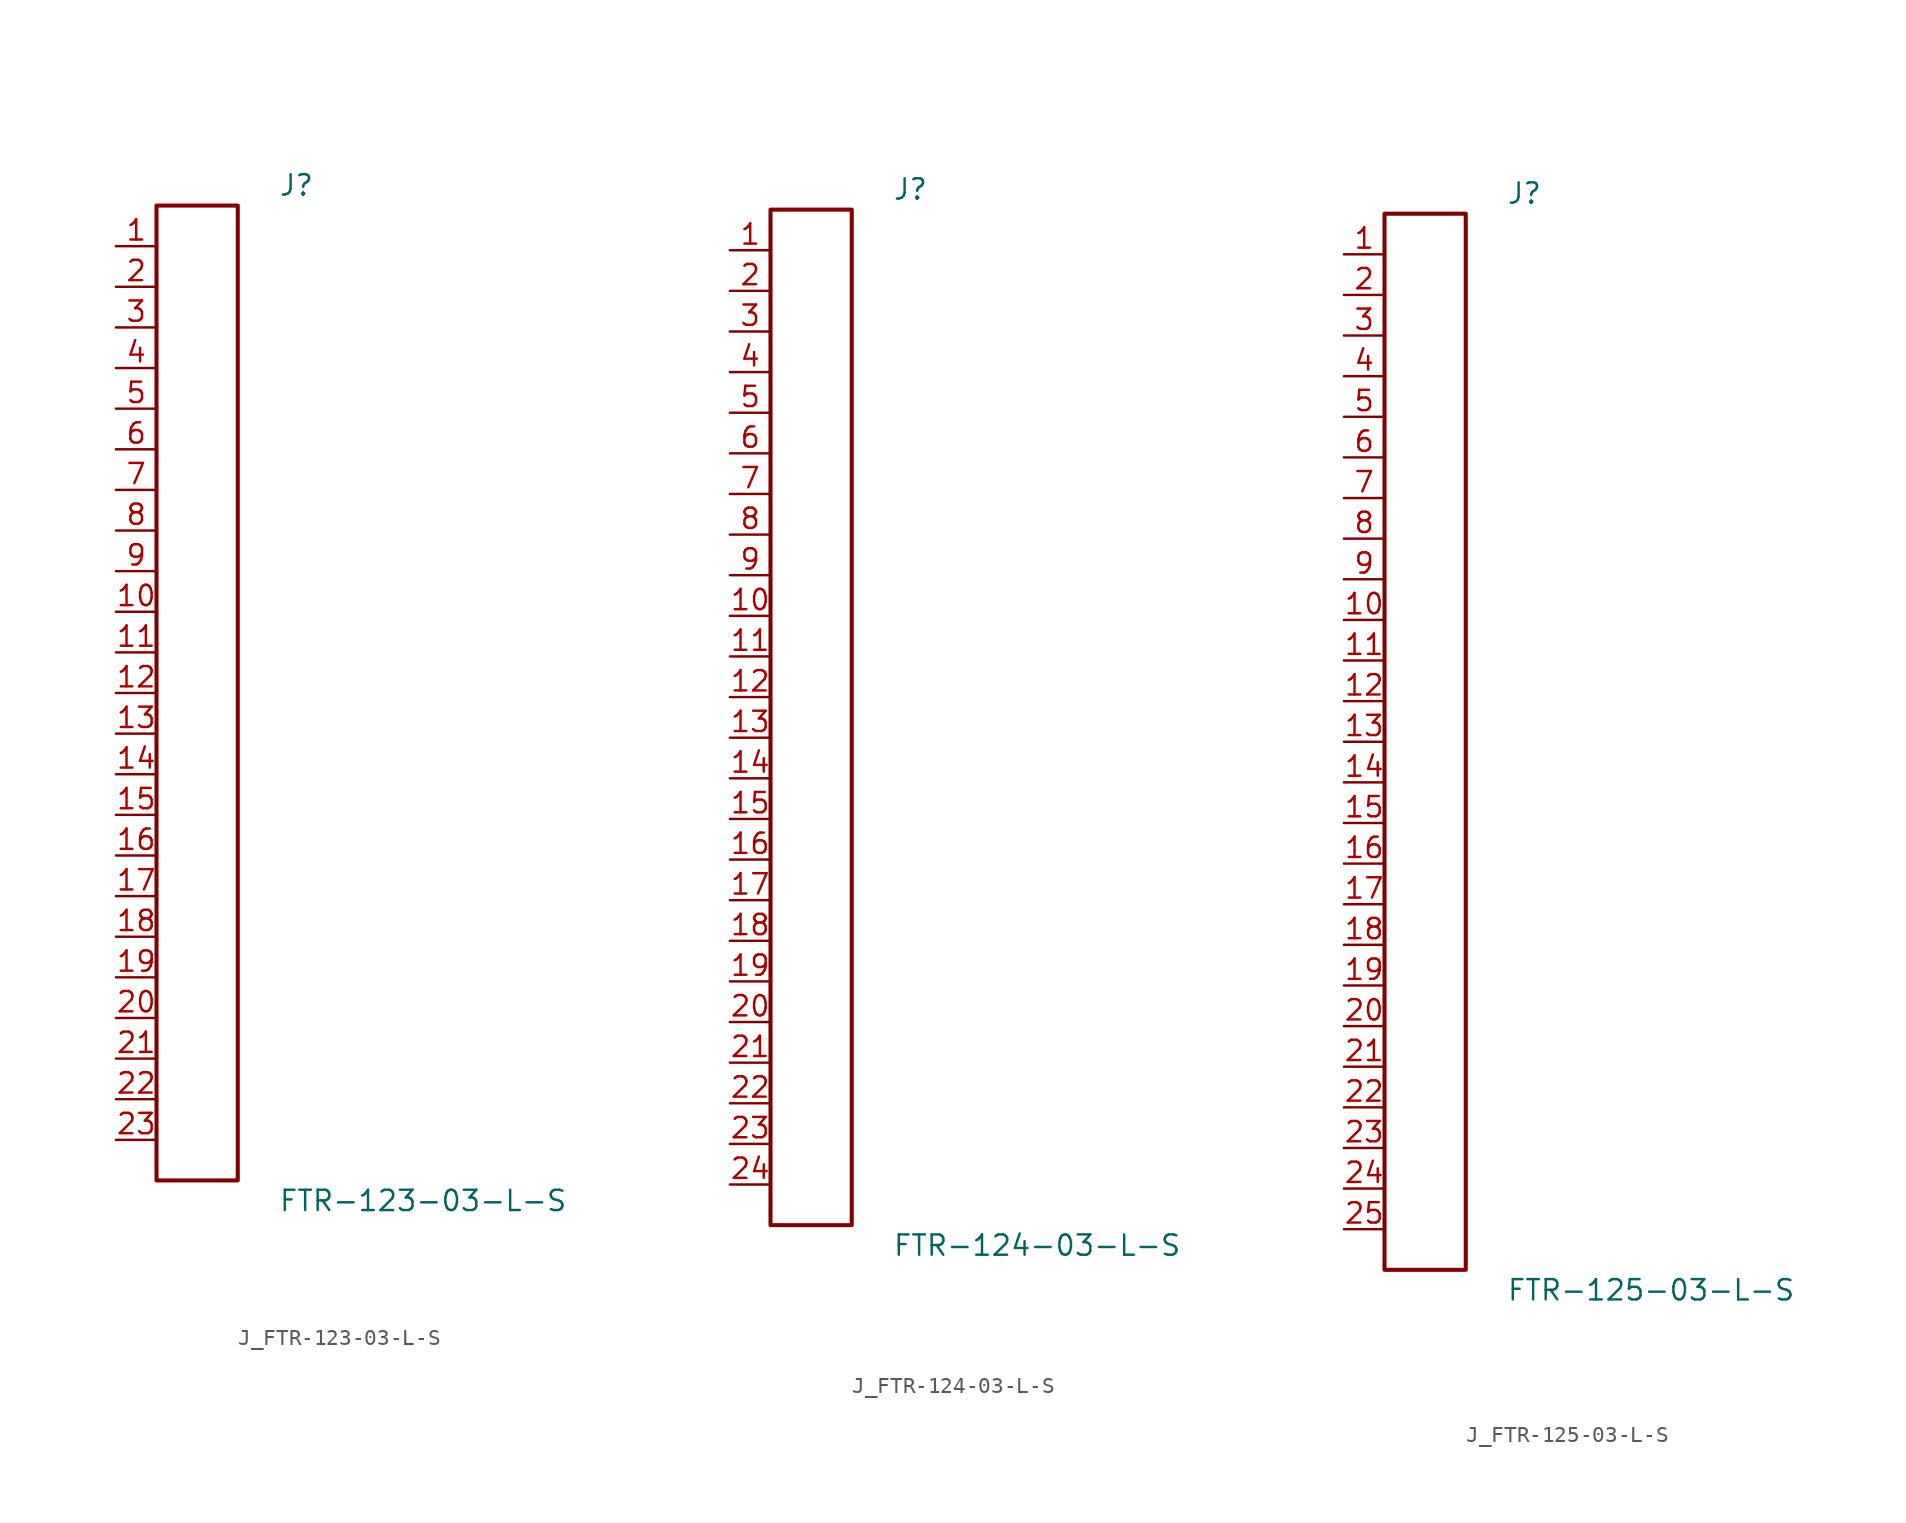
<source format=kicad_sym>
(kicad_symbol_lib
  (version 20231120)
  (generator kicad_symbol_editor)
  (generator_version 8.0)
  (symbol "J_FTR-123-03-L-S"
    (pin_names
      (offset 0.254))
    (property "Reference" "J"
      (at 5.08 31.75 0)
      (effects (font (size 1.27 1.27)) (justify left)))
    (property "Value" "FTR-123-03-L-S"
      (at 5.08 -31.75 0)
      (effects (font (size 1.27 1.27)) (justify left)))
    (symbol "J_FTR-123-03-L-S_0_0"
      (pin unspecified line (at -5.08 27.94 0) (length 2.54) (name "" (effects (font (size 1.27 1.27)))) (number "1" (effects (font (size 1.27 1.27)))))
      (pin unspecified line (at -5.08 25.4 0) (length 2.54) (name "" (effects (font (size 1.27 1.27)))) (number "2" (effects (font (size 1.27 1.27)))))
      (pin unspecified line (at -5.08 22.86 0) (length 2.54) (name "" (effects (font (size 1.27 1.27)))) (number "3" (effects (font (size 1.27 1.27)))))
      (pin unspecified line (at -5.08 20.32 0) (length 2.54) (name "" (effects (font (size 1.27 1.27)))) (number "4" (effects (font (size 1.27 1.27)))))
      (pin unspecified line (at -5.08 17.78 0) (length 2.54) (name "" (effects (font (size 1.27 1.27)))) (number "5" (effects (font (size 1.27 1.27)))))
      (pin unspecified line (at -5.08 15.24 0) (length 2.54) (name "" (effects (font (size 1.27 1.27)))) (number "6" (effects (font (size 1.27 1.27)))))
      (pin unspecified line (at -5.08 12.7 0) (length 2.54) (name "" (effects (font (size 1.27 1.27)))) (number "7" (effects (font (size 1.27 1.27)))))
      (pin unspecified line (at -5.08 10.16 0) (length 2.54) (name "" (effects (font (size 1.27 1.27)))) (number "8" (effects (font (size 1.27 1.27)))))
      (pin unspecified line (at -5.08 7.62 0) (length 2.54) (name "" (effects (font (size 1.27 1.27)))) (number "9" (effects (font (size 1.27 1.27)))))
      (pin unspecified line (at -5.08 5.08 0) (length 2.54) (name "" (effects (font (size 1.27 1.27)))) (number "10" (effects (font (size 1.27 1.27)))))
      (pin unspecified line (at -5.08 2.54 0) (length 2.54) (name "" (effects (font (size 1.27 1.27)))) (number "11" (effects (font (size 1.27 1.27)))))
      (pin unspecified line (at -5.08 0.0 0) (length 2.54) (name "" (effects (font (size 1.27 1.27)))) (number "12" (effects (font (size 1.27 1.27)))))
      (pin unspecified line (at -5.08 -2.54 0) (length 2.54) (name "" (effects (font (size 1.27 1.27)))) (number "13" (effects (font (size 1.27 1.27)))))
      (pin unspecified line (at -5.08 -5.08 0) (length 2.54) (name "" (effects (font (size 1.27 1.27)))) (number "14" (effects (font (size 1.27 1.27)))))
      (pin unspecified line (at -5.08 -7.62 0) (length 2.54) (name "" (effects (font (size 1.27 1.27)))) (number "15" (effects (font (size 1.27 1.27)))))
      (pin unspecified line (at -5.08 -10.16 0) (length 2.54) (name "" (effects (font (size 1.27 1.27)))) (number "16" (effects (font (size 1.27 1.27)))))
      (pin unspecified line (at -5.08 -12.7 0) (length 2.54) (name "" (effects (font (size 1.27 1.27)))) (number "17" (effects (font (size 1.27 1.27)))))
      (pin unspecified line (at -5.08 -15.24 0) (length 2.54) (name "" (effects (font (size 1.27 1.27)))) (number "18" (effects (font (size 1.27 1.27)))))
      (pin unspecified line (at -5.08 -17.78 0) (length 2.54) (name "" (effects (font (size 1.27 1.27)))) (number "19" (effects (font (size 1.27 1.27)))))
      (pin unspecified line (at -5.08 -20.32 0) (length 2.54) (name "" (effects (font (size 1.27 1.27)))) (number "20" (effects (font (size 1.27 1.27)))))
      (pin unspecified line (at -5.08 -22.86 0) (length 2.54) (name "" (effects (font (size 1.27 1.27)))) (number "21" (effects (font (size 1.27 1.27)))))
      (pin unspecified line (at -5.08 -25.4 0) (length 2.54) (name "" (effects (font (size 1.27 1.27)))) (number "22" (effects (font (size 1.27 1.27)))))
      (pin unspecified line (at -5.08 -27.94 0) (length 2.54) (name "" (effects (font (size 1.27 1.27)))) (number "23" (effects (font (size 1.27 1.27))))))
    (symbol "J_FTR-123-03-L-S_1_0"
      (rectangle (start -2.54 30.48) (end 2.54 -30.48) (stroke (width 0.254) (type solid)) (fill (type none)))))
  (symbol "J_FTR-124-03-L-S"
    (pin_names
      (offset 0.254))
    (property "Reference" "J"
      (at 5.08 33.02 0)
      (effects (font (size 1.27 1.27)) (justify left)))
    (property "Value" "FTR-124-03-L-S"
      (at 5.08 -33.02 0)
      (effects (font (size 1.27 1.27)) (justify left)))
    (symbol "J_FTR-124-03-L-S_0_0"
      (pin unspecified line (at -5.08 29.21 0) (length 2.54) (name "" (effects (font (size 1.27 1.27)))) (number "1" (effects (font (size 1.27 1.27)))))
      (pin unspecified line (at -5.08 26.67 0) (length 2.54) (name "" (effects (font (size 1.27 1.27)))) (number "2" (effects (font (size 1.27 1.27)))))
      (pin unspecified line (at -5.08 24.13 0) (length 2.54) (name "" (effects (font (size 1.27 1.27)))) (number "3" (effects (font (size 1.27 1.27)))))
      (pin unspecified line (at -5.08 21.59 0) (length 2.54) (name "" (effects (font (size 1.27 1.27)))) (number "4" (effects (font (size 1.27 1.27)))))
      (pin unspecified line (at -5.08 19.05 0) (length 2.54) (name "" (effects (font (size 1.27 1.27)))) (number "5" (effects (font (size 1.27 1.27)))))
      (pin unspecified line (at -5.08 16.51 0) (length 2.54) (name "" (effects (font (size 1.27 1.27)))) (number "6" (effects (font (size 1.27 1.27)))))
      (pin unspecified line (at -5.08 13.97 0) (length 2.54) (name "" (effects (font (size 1.27 1.27)))) (number "7" (effects (font (size 1.27 1.27)))))
      (pin unspecified line (at -5.08 11.43 0) (length 2.54) (name "" (effects (font (size 1.27 1.27)))) (number "8" (effects (font (size 1.27 1.27)))))
      (pin unspecified line (at -5.08 8.89 0) (length 2.54) (name "" (effects (font (size 1.27 1.27)))) (number "9" (effects (font (size 1.27 1.27)))))
      (pin unspecified line (at -5.08 6.35 0) (length 2.54) (name "" (effects (font (size 1.27 1.27)))) (number "10" (effects (font (size 1.27 1.27)))))
      (pin unspecified line (at -5.08 3.81 0) (length 2.54) (name "" (effects (font (size 1.27 1.27)))) (number "11" (effects (font (size 1.27 1.27)))))
      (pin unspecified line (at -5.08 1.27 0) (length 2.54) (name "" (effects (font (size 1.27 1.27)))) (number "12" (effects (font (size 1.27 1.27)))))
      (pin unspecified line (at -5.08 -1.27 0) (length 2.54) (name "" (effects (font (size 1.27 1.27)))) (number "13" (effects (font (size 1.27 1.27)))))
      (pin unspecified line (at -5.08 -3.81 0) (length 2.54) (name "" (effects (font (size 1.27 1.27)))) (number "14" (effects (font (size 1.27 1.27)))))
      (pin unspecified line (at -5.08 -6.35 0) (length 2.54) (name "" (effects (font (size 1.27 1.27)))) (number "15" (effects (font (size 1.27 1.27)))))
      (pin unspecified line (at -5.08 -8.89 0) (length 2.54) (name "" (effects (font (size 1.27 1.27)))) (number "16" (effects (font (size 1.27 1.27)))))
      (pin unspecified line (at -5.08 -11.43 0) (length 2.54) (name "" (effects (font (size 1.27 1.27)))) (number "17" (effects (font (size 1.27 1.27)))))
      (pin unspecified line (at -5.08 -13.97 0) (length 2.54) (name "" (effects (font (size 1.27 1.27)))) (number "18" (effects (font (size 1.27 1.27)))))
      (pin unspecified line (at -5.08 -16.51 0) (length 2.54) (name "" (effects (font (size 1.27 1.27)))) (number "19" (effects (font (size 1.27 1.27)))))
      (pin unspecified line (at -5.08 -19.05 0) (length 2.54) (name "" (effects (font (size 1.27 1.27)))) (number "20" (effects (font (size 1.27 1.27)))))
      (pin unspecified line (at -5.08 -21.59 0) (length 2.54) (name "" (effects (font (size 1.27 1.27)))) (number "21" (effects (font (size 1.27 1.27)))))
      (pin unspecified line (at -5.08 -24.13 0) (length 2.54) (name "" (effects (font (size 1.27 1.27)))) (number "22" (effects (font (size 1.27 1.27)))))
      (pin unspecified line (at -5.08 -26.67 0) (length 2.54) (name "" (effects (font (size 1.27 1.27)))) (number "23" (effects (font (size 1.27 1.27)))))
      (pin unspecified line (at -5.08 -29.21 0) (length 2.54) (name "" (effects (font (size 1.27 1.27)))) (number "24" (effects (font (size 1.27 1.27))))))
    (symbol "J_FTR-124-03-L-S_1_0"
      (rectangle (start -2.54 31.75) (end 2.54 -31.75) (stroke (width 0.254) (type solid)) (fill (type none)))))
  (symbol "J_FTR-125-03-L-S"
    (pin_names
      (offset 0.254))
    (property "Reference" "J"
      (at 5.08 34.29 0)
      (effects (font (size 1.27 1.27)) (justify left)))
    (property "Value" "FTR-125-03-L-S"
      (at 5.08 -34.29 0)
      (effects (font (size 1.27 1.27)) (justify left)))
    (symbol "J_FTR-125-03-L-S_0_0"
      (pin unspecified line (at -5.08 30.48 0) (length 2.54) (name "" (effects (font (size 1.27 1.27)))) (number "1" (effects (font (size 1.27 1.27)))))
      (pin unspecified line (at -5.08 27.94 0) (length 2.54) (name "" (effects (font (size 1.27 1.27)))) (number "2" (effects (font (size 1.27 1.27)))))
      (pin unspecified line (at -5.08 25.4 0) (length 2.54) (name "" (effects (font (size 1.27 1.27)))) (number "3" (effects (font (size 1.27 1.27)))))
      (pin unspecified line (at -5.08 22.86 0) (length 2.54) (name "" (effects (font (size 1.27 1.27)))) (number "4" (effects (font (size 1.27 1.27)))))
      (pin unspecified line (at -5.08 20.32 0) (length 2.54) (name "" (effects (font (size 1.27 1.27)))) (number "5" (effects (font (size 1.27 1.27)))))
      (pin unspecified line (at -5.08 17.78 0) (length 2.54) (name "" (effects (font (size 1.27 1.27)))) (number "6" (effects (font (size 1.27 1.27)))))
      (pin unspecified line (at -5.08 15.24 0) (length 2.54) (name "" (effects (font (size 1.27 1.27)))) (number "7" (effects (font (size 1.27 1.27)))))
      (pin unspecified line (at -5.08 12.7 0) (length 2.54) (name "" (effects (font (size 1.27 1.27)))) (number "8" (effects (font (size 1.27 1.27)))))
      (pin unspecified line (at -5.08 10.16 0) (length 2.54) (name "" (effects (font (size 1.27 1.27)))) (number "9" (effects (font (size 1.27 1.27)))))
      (pin unspecified line (at -5.08 7.62 0) (length 2.54) (name "" (effects (font (size 1.27 1.27)))) (number "10" (effects (font (size 1.27 1.27)))))
      (pin unspecified line (at -5.08 5.08 0) (length 2.54) (name "" (effects (font (size 1.27 1.27)))) (number "11" (effects (font (size 1.27 1.27)))))
      (pin unspecified line (at -5.08 2.54 0) (length 2.54) (name "" (effects (font (size 1.27 1.27)))) (number "12" (effects (font (size 1.27 1.27)))))
      (pin unspecified line (at -5.08 0.0 0) (length 2.54) (name "" (effects (font (size 1.27 1.27)))) (number "13" (effects (font (size 1.27 1.27)))))
      (pin unspecified line (at -5.08 -2.54 0) (length 2.54) (name "" (effects (font (size 1.27 1.27)))) (number "14" (effects (font (size 1.27 1.27)))))
      (pin unspecified line (at -5.08 -5.08 0) (length 2.54) (name "" (effects (font (size 1.27 1.27)))) (number "15" (effects (font (size 1.27 1.27)))))
      (pin unspecified line (at -5.08 -7.62 0) (length 2.54) (name "" (effects (font (size 1.27 1.27)))) (number "16" (effects (font (size 1.27 1.27)))))
      (pin unspecified line (at -5.08 -10.16 0) (length 2.54) (name "" (effects (font (size 1.27 1.27)))) (number "17" (effects (font (size 1.27 1.27)))))
      (pin unspecified line (at -5.08 -12.7 0) (length 2.54) (name "" (effects (font (size 1.27 1.27)))) (number "18" (effects (font (size 1.27 1.27)))))
      (pin unspecified line (at -5.08 -15.24 0) (length 2.54) (name "" (effects (font (size 1.27 1.27)))) (number "19" (effects (font (size 1.27 1.27)))))
      (pin unspecified line (at -5.08 -17.78 0) (length 2.54) (name "" (effects (font (size 1.27 1.27)))) (number "20" (effects (font (size 1.27 1.27)))))
      (pin unspecified line (at -5.08 -20.32 0) (length 2.54) (name "" (effects (font (size 1.27 1.27)))) (number "21" (effects (font (size 1.27 1.27)))))
      (pin unspecified line (at -5.08 -22.86 0) (length 2.54) (name "" (effects (font (size 1.27 1.27)))) (number "22" (effects (font (size 1.27 1.27)))))
      (pin unspecified line (at -5.08 -25.4 0) (length 2.54) (name "" (effects (font (size 1.27 1.27)))) (number "23" (effects (font (size 1.27 1.27)))))
      (pin unspecified line (at -5.08 -27.94 0) (length 2.54) (name "" (effects (font (size 1.27 1.27)))) (number "24" (effects (font (size 1.27 1.27)))))
      (pin unspecified line (at -5.08 -30.48 0) (length 2.54) (name "" (effects (font (size 1.27 1.27)))) (number "25" (effects (font (size 1.27 1.27))))))
    (symbol "J_FTR-125-03-L-S_1_0"
      (rectangle (start -2.54 33.02) (end 2.54 -33.02) (stroke (width 0.254) (type solid)) (fill (type none))))))
</source>
